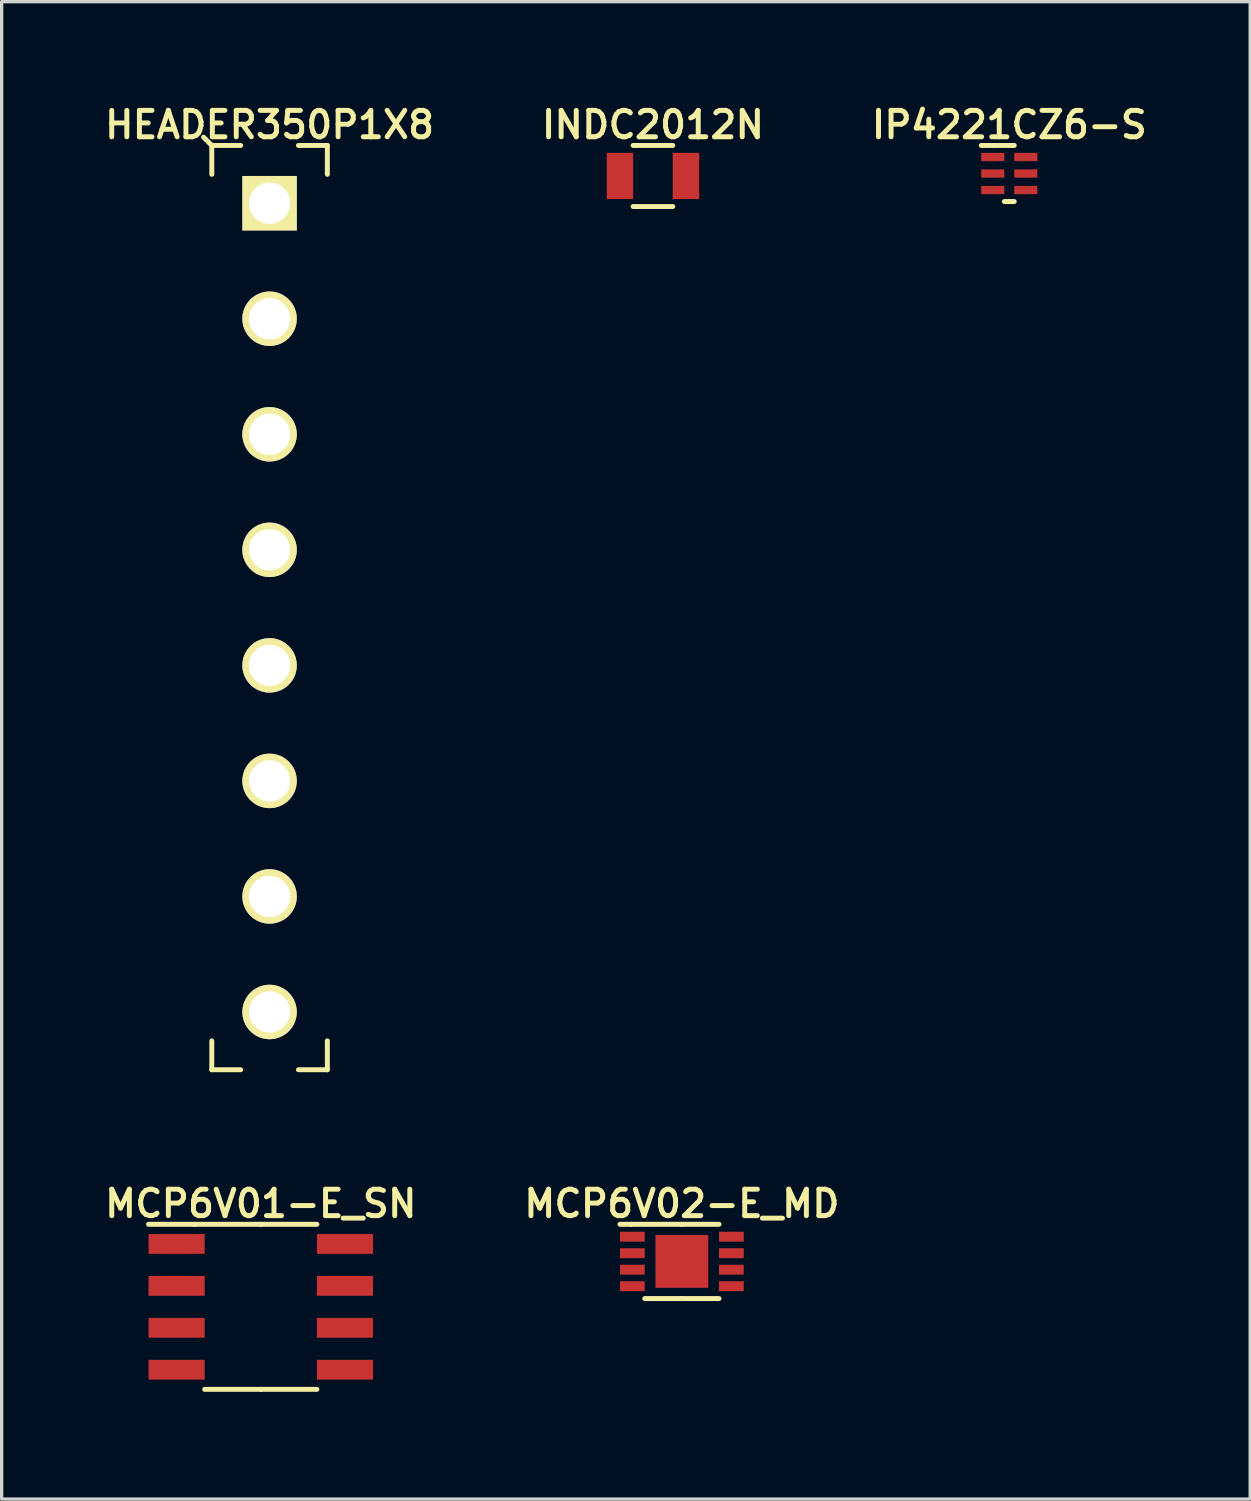
<source format=kicad_pcb>
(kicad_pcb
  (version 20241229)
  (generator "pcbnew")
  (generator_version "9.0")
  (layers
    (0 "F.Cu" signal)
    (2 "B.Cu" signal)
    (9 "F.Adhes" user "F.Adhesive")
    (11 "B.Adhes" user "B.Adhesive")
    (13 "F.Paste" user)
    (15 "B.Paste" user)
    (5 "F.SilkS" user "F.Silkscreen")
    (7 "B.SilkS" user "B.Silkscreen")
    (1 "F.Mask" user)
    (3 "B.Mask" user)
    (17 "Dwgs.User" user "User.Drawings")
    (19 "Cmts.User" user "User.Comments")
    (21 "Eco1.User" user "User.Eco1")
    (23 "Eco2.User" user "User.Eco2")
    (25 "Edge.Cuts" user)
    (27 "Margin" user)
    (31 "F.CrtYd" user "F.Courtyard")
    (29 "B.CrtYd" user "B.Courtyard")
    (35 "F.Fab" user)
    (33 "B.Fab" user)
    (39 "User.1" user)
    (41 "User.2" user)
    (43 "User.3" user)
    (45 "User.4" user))
  (footprint "IP4221CZ6-S"
    (layer "F.Cu")
    (at 27.525 2.206)
    (property "Reference" "IP4221CZ6-S" (at 0 -1.475 0) (layer "F.SilkS") (effects (font (size 0.8 0.8) (thickness 0.15))))
    (attr through_hole)
    (fp_line (start -0.475 -0.85) (end -0.85 -0.85) (stroke (width 0.15) (type solid)) (layer "F.SilkS"))
    (fp_line (start -0.475 -0.85) (end 0 -0.85) (stroke (width 0.15) (type solid)) (layer "F.SilkS"))
    (fp_line (start -0.15 0.85) (end 0 0.85) (stroke (width 0.15) (type solid)) (layer "F.SilkS"))
    (fp_line (start 0.15 -0.85) (end 0 -0.85) (stroke (width 0.15) (type solid)) (layer "F.SilkS"))
    (fp_line (start 0.15 0.85) (end 0 0.85) (stroke (width 0.15) (type solid)) (layer "F.SilkS"))
    (fp_line (start -0.475 0.75) (end -0.475 -0.25) (stroke (width 0.15) (type solid)) (layer "Eco1.User"))
    (fp_line (start 0.025 -0.75) (end -0.475 -0.25) (stroke (width 0.15) (type solid)) (layer "Eco1.User"))
    (fp_line (start 0.025 -0.75) (end 0.475 -0.75) (stroke (width 0.15) (type solid)) (layer "Eco1.User"))
    (fp_line (start 0.475 -0.75) (end 0.475 0.75) (stroke (width 0.15) (type solid)) (layer "Eco1.User"))
    (fp_line (start 0.475 0.75) (end -0.475 0.75) (stroke (width 0.15) (type solid)) (layer "Eco1.User"))
    (fp_line (start -1.1 -1) (end -1.1 1) (stroke (width 0.15) (type solid)) (layer "Eco2.User"))
    (fp_line (start -1.1 1) (end 1.1 1) (stroke (width 0.15) (type solid)) (layer "Eco2.User"))
    (fp_line (start 1.1 -1) (end -1.1 -1) (stroke (width 0.15) (type solid)) (layer "Eco2.User"))
    (fp_line (start 1.1 1) (end 1.1 -1) (stroke (width 0.15) (type solid)) (layer "Eco2.User"))
    (pad "1" smd rect (at -0.5 -0.5) (size 0.7 0.25) (layers "F.Cu" "F.Mask" "F.Paste"))
    (pad "2" smd rect (at -0.5 0) (size 0.7 0.25) (layers "F.Cu" "F.Mask" "F.Paste"))
    (pad "3" smd rect (at -0.5 0.5) (size 0.7 0.25) (layers "F.Cu" "F.Mask" "F.Paste"))
    (pad "4" smd rect (at 0.5 0.5) (size 0.7 0.25) (layers "F.Cu" "F.Mask" "F.Paste"))
    (pad "5" smd rect (at 0.5 0) (size 0.7 0.25) (layers "F.Cu" "F.Mask" "F.Paste"))
    (pad "6" smd rect (at 0.5 -0.5) (size 0.7 0.25) (layers "F.Cu" "F.Mask" "F.Paste")))
  (footprint "MCP6V02-E_MD"
    (layer "F.Cu")
    (at 17.606 35.163)
    (property "Reference" "MCP6V02-E_MD" (at 0 -1.75 0) (layer "F.SilkS") (effects (font (size 0.8 0.8) (thickness 0.15))))
    (attr through_hole)
    (fp_line (start -1.55 -1.125) (end -1.875 -1.125) (stroke (width 0.15) (type solid)) (layer "F.SilkS"))
    (fp_line (start -1.55 -1.125) (end 0 -1.125) (stroke (width 0.15) (type solid)) (layer "F.SilkS"))
    (fp_line (start -1.125 1.125) (end 0 1.125) (stroke (width 0.15) (type solid)) (layer "F.SilkS"))
    (fp_line (start 1.125 -1.125) (end 0 -1.125) (stroke (width 0.15) (type solid)) (layer "F.SilkS"))
    (fp_line (start 1.125 1.125) (end 0 1.125) (stroke (width 0.15) (type solid)) (layer "F.SilkS"))
    (fp_line (start -1.55 1.05) (end -1.55 -0.55) (stroke (width 0.15) (type solid)) (layer "Eco1.User"))
    (fp_line (start -1.05 -1.05) (end -1.55 -0.55) (stroke (width 0.15) (type solid)) (layer "Eco1.User"))
    (fp_line (start -1.05 -1.05) (end 1.55 -1.05) (stroke (width 0.15) (type solid)) (layer "Eco1.User"))
    (fp_line (start 1.55 -1.05) (end 1.55 1.05) (stroke (width 0.15) (type solid)) (layer "Eco1.User"))
    (fp_line (start 1.55 1.05) (end -1.55 1.05) (stroke (width 0.15) (type solid)) (layer "Eco1.User"))
    (fp_line (start -2.15 -1.3) (end -2.15 1.3) (stroke (width 0.15) (type solid)) (layer "Eco2.User"))
    (fp_line (start -2.15 1.3) (end 2.15 1.3) (stroke (width 0.15) (type solid)) (layer "Eco2.User"))
    (fp_line (start 2.15 -1.3) (end -2.15 -1.3) (stroke (width 0.15) (type solid)) (layer "Eco2.User"))
    (fp_line (start 2.15 1.3) (end 2.15 -1.3) (stroke (width 0.15) (type solid)) (layer "Eco2.User"))
    (pad "1" smd rect (at -1.5 -0.75) (size 0.75 0.3) (layers "F.Cu" "F.Mask" "F.Paste"))
    (pad "2" smd rect (at -1.5 -0.25) (size 0.75 0.3) (layers "F.Cu" "F.Mask" "F.Paste"))
    (pad "3" smd rect (at -1.5 0.25) (size 0.75 0.3) (layers "F.Cu" "F.Mask" "F.Paste"))
    (pad "4" smd rect (at -1.5 0.75) (size 0.75 0.3) (layers "F.Cu" "F.Mask" "F.Paste"))
    (pad "5" smd rect (at 1.5 0.75) (size 0.75 0.3) (layers "F.Cu" "F.Mask" "F.Paste"))
    (pad "6" smd rect (at 1.5 0.25) (size 0.75 0.3) (layers "F.Cu" "F.Mask" "F.Paste"))
    (pad "7" smd rect (at 1.5 -0.25) (size 0.75 0.3) (layers "F.Cu" "F.Mask" "F.Paste"))
    (pad "8" smd rect (at 1.5 -0.75) (size 0.75 0.3) (layers "F.Cu" "F.Mask" "F.Paste"))
    (pad "9" smd rect (at 0 0) (size 1.6 1.6) (layers "F.Cu" "F.Mask" "F.Paste")))
  (footprint "MCP6V01-E_SN"
    (layer "F.Cu")
    (at 4.85 36.538)
    (property "Reference" "MCP6V01-E_SN" (at 0 -3.125 0) (layer "F.SilkS") (effects (font (size 0.8 0.8) (thickness 0.15))))
    (attr through_hole)
    (fp_line (start -2 -2.5) (end -3.4 -2.5) (stroke (width 0.15) (type solid)) (layer "F.SilkS"))
    (fp_line (start -2 -2.5) (end 0 -2.5) (stroke (width 0.15) (type solid)) (layer "F.SilkS"))
    (fp_line (start -1.7 2.5) (end 0 2.5) (stroke (width 0.15) (type solid)) (layer "F.SilkS"))
    (fp_line (start 1.7 -2.5) (end 0 -2.5) (stroke (width 0.15) (type solid)) (layer "F.SilkS"))
    (fp_line (start 1.7 2.5) (end 0 2.5) (stroke (width 0.15) (type solid)) (layer "F.SilkS"))
    (fp_line (start -2 2.5) (end -2 -2) (stroke (width 0.15) (type solid)) (layer "Eco1.User"))
    (fp_line (start -1.5 -2.5) (end -2 -2) (stroke (width 0.15) (type solid)) (layer "Eco1.User"))
    (fp_line (start -1.5 -2.5) (end 2 -2.5) (stroke (width 0.15) (type solid)) (layer "Eco1.User"))
    (fp_line (start 2 -2.5) (end 2 2.5) (stroke (width 0.15) (type solid)) (layer "Eco1.User"))
    (fp_line (start 2 2.5) (end -2 2.5) (stroke (width 0.15) (type solid)) (layer "Eco1.User"))
    (fp_line (start -3.65 -2.75) (end -3.65 2.75) (stroke (width 0.15) (type solid)) (layer "Eco2.User"))
    (fp_line (start -3.65 2.75) (end 3.65 2.75) (stroke (width 0.15) (type solid)) (layer "Eco2.User"))
    (fp_line (start 3.65 -2.75) (end -3.65 -2.75) (stroke (width 0.15) (type solid)) (layer "Eco2.User"))
    (fp_line (start 3.65 2.75) (end 3.65 -2.75) (stroke (width 0.15) (type solid)) (layer "Eco2.User"))
    (pad "1" smd rect (at -2.55 -1.905) (size 1.7 0.6) (layers "F.Cu" "F.Mask" "F.Paste"))
    (pad "2" smd rect (at -2.55 -0.635) (size 1.7 0.6) (layers "F.Cu" "F.Mask" "F.Paste"))
    (pad "3" smd rect (at -2.55 0.635) (size 1.7 0.6) (layers "F.Cu" "F.Mask" "F.Paste"))
    (pad "4" smd rect (at -2.55 1.905) (size 1.7 0.6) (layers "F.Cu" "F.Mask" "F.Paste"))
    (pad "5" smd rect (at 2.55 1.905) (size 1.7 0.6) (layers "F.Cu" "F.Mask" "F.Paste"))
    (pad "6" smd rect (at 2.55 0.635) (size 1.7 0.6) (layers "F.Cu" "F.Mask" "F.Paste"))
    (pad "7" smd rect (at 2.55 -0.635) (size 1.7 0.6) (layers "F.Cu" "F.Mask" "F.Paste"))
    (pad "8" smd rect (at 2.55 -1.905) (size 1.7 0.6) (layers "F.Cu" "F.Mask" "F.Paste")))
  (footprint "HEADER350P1X8"
    (layer "F.Cu")
    (at 5.116 15.356)
    (property "Reference" "HEADER350P1X8" (at 0 -14.625 0) (layer "F.SilkS") (effects (font (size 0.8 0.8) (thickness 0.15))))
    (attr through_hole)
    (fp_line (start -1.75 -14) (end -2 -14.25) (stroke (width 0.15) (type solid)) (layer "F.SilkS"))
    (fp_line (start -1.75 -14) (end -1.75 -13.125) (stroke (width 0.15) (type solid)) (layer "F.SilkS"))
    (fp_line (start -1.75 -14) (end -0.875 -14) (stroke (width 0.15) (type solid)) (layer "F.SilkS"))
    (fp_line (start -1.75 14) (end -1.75 13.125) (stroke (width 0.15) (type solid)) (layer "F.SilkS"))
    (fp_line (start -1.75 14) (end -0.875 14) (stroke (width 0.15) (type solid)) (layer "F.SilkS"))
    (fp_line (start 1.75 -14) (end 0.875 -14) (stroke (width 0.15) (type solid)) (layer "F.SilkS"))
    (fp_line (start 1.75 -14) (end 1.75 -13.125) (stroke (width 0.15) (type solid)) (layer "F.SilkS"))
    (fp_line (start 1.75 14) (end 0.875 14) (stroke (width 0.15) (type solid)) (layer "F.SilkS"))
    (fp_line (start 1.75 14) (end 1.75 13.125) (stroke (width 0.15) (type solid)) (layer "F.SilkS"))
    (fp_line (start -1.75 -14) (end 1.75 -14) (stroke (width 0.15) (type solid)) (layer "Eco1.User"))
    (fp_line (start -1.75 14) (end -1.75 -14) (stroke (width 0.15) (type solid)) (layer "Eco1.User"))
    (fp_line (start 1.75 -14) (end 1.75 14) (stroke (width 0.15) (type solid)) (layer "Eco1.User"))
    (fp_line (start 1.75 14) (end -1.75 14) (stroke (width 0.15) (type solid)) (layer "Eco1.User"))
    (fp_line (start -2 -14.25) (end -2 14.25) (stroke (width 0.15) (type solid)) (layer "Eco2.User"))
    (fp_line (start -2 14.25) (end 2 14.25) (stroke (width 0.15) (type solid)) (layer "Eco2.User"))
    (fp_line (start 2 -14.25) (end -2 -14.25) (stroke (width 0.15) (type solid)) (layer "Eco2.User"))
    (fp_line (start 2 14.25) (end 2 -14.25) (stroke (width 0.15) (type solid)) (layer "Eco2.User"))
    (pad "1" thru_hole rect (at 0 -12.25) (size 1.65 1.65) (drill 1.25) (layers "*.Cu" "*.Mask" "F.SilkS" "F.Paste"))
    (pad "2" thru_hole circle (at 0 -8.75) (size 1.65 1.65) (drill 1.25) (layers "*.Cu" "*.Mask" "F.SilkS" "F.Paste"))
    (pad "3" thru_hole circle (at 0 -5.25) (size 1.65 1.65) (drill 1.25) (layers "*.Cu" "*.Mask" "F.SilkS" "F.Paste"))
    (pad "4" thru_hole circle (at 0 -1.75) (size 1.65 1.65) (drill 1.25) (layers "*.Cu" "*.Mask" "F.SilkS" "F.Paste"))
    (pad "5" thru_hole circle (at 0 1.75) (size 1.65 1.65) (drill 1.25) (layers "*.Cu" "*.Mask" "F.SilkS" "F.Paste"))
    (pad "6" thru_hole circle (at 0 5.25) (size 1.65 1.65) (drill 1.25) (layers "*.Cu" "*.Mask" "F.SilkS" "F.Paste"))
    (pad "7" thru_hole circle (at 0 8.75) (size 1.65 1.65) (drill 1.25) (layers "*.Cu" "*.Mask" "F.SilkS" "F.Paste"))
    (pad "8" thru_hole circle (at 0 12.25) (size 1.65 1.65) (drill 1.25) (layers "*.Cu" "*.Mask" "F.SilkS" "F.Paste")))
  (footprint "INDC2012N"
    (layer "F.Cu")
    (at 16.73 2.281)
    (property "Reference" "INDC2012N" (at 0 -1.55 0) (layer "F.SilkS") (effects (font (size 0.8 0.8) (thickness 0.15))))
    (attr through_hole)
    (fp_line (start -0.6 -0.925) (end 0.6 -0.925) (stroke (width 0.15) (type solid)) (layer "F.SilkS"))
    (fp_line (start -0.6 0.925) (end 0.6 0.925) (stroke (width 0.15) (type solid)) (layer "F.SilkS"))
    (fp_line (start -1.05 0.675) (end -1.05 -0.425) (stroke (width 0.15) (type solid)) (layer "Eco1.User"))
    (fp_line (start -0.8 -0.675) (end -1.05 -0.425) (stroke (width 0.15) (type solid)) (layer "Eco1.User"))
    (fp_line (start -0.8 -0.675) (end 1.05 -0.675) (stroke (width 0.15) (type solid)) (layer "Eco1.User"))
    (fp_line (start 1.05 -0.675) (end 1.05 0.675) (stroke (width 0.15) (type solid)) (layer "Eco1.User"))
    (fp_line (start 1.05 0.675) (end -1.05 0.675) (stroke (width 0.15) (type solid)) (layer "Eco1.User"))
    (fp_line (start -1.65 -0.95) (end -1.65 0.95) (stroke (width 0.15) (type solid)) (layer "Eco2.User"))
    (fp_line (start -1.65 0.95) (end 1.65 0.95) (stroke (width 0.15) (type solid)) (layer "Eco2.User"))
    (fp_line (start 1.65 -0.95) (end -1.65 -0.95) (stroke (width 0.15) (type solid)) (layer "Eco2.User"))
    (fp_line (start 1.65 0.95) (end 1.65 -0.95) (stroke (width 0.15) (type solid)) (layer "Eco2.User"))
    (pad "1" smd rect (at -1 0) (size 0.8 1.4) (layers "F.Cu" "F.Mask" "F.Paste"))
    (pad "2" smd rect (at 1 0) (size 0.8 1.4) (layers "F.Cu" "F.Mask" "F.Paste")))
  (gr_rect
    (start -3 -3)
    (end 34.822 42.362)
    (stroke (width 0.1) (type default))
    (fill no)
    (layer "Edge.Cuts")))
</source>
